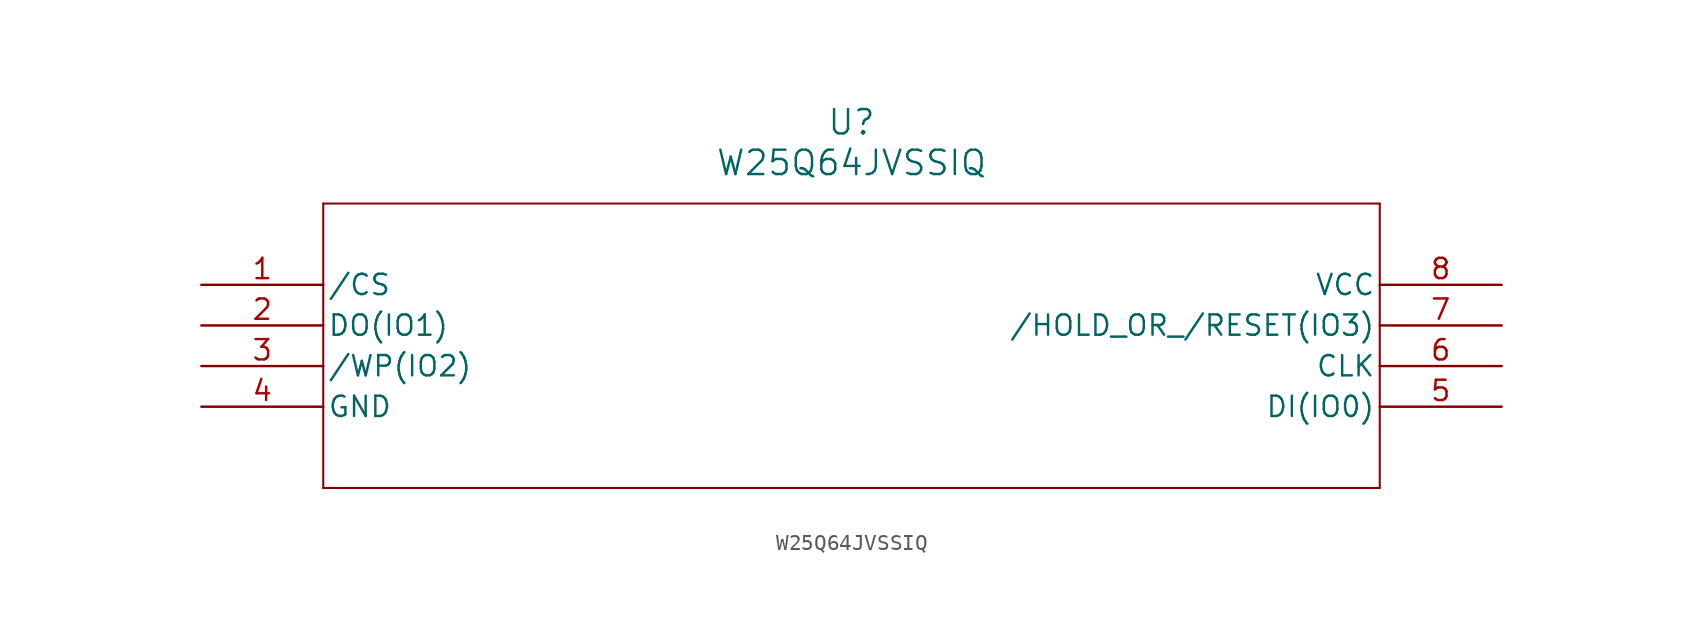
<source format=kicad_sym>
(kicad_symbol_lib
  (version 20220914)
  (generator kicad_symbol_editor)
  (symbol "W25Q64JVSSIQ"
    (pin_names
      (offset 0.254))
    (property "Reference" "U"
      (at 40.64 10.16 0)
      (effects (font (size 1.524 1.524))))
    (property "Value" "W25Q64JVSSIQ"
      (at 40.64 7.62 0)
      (effects (font (size 1.524 1.524))))
    (property "ki_locked" ""
      (at 0 0 0)
      (effects (font (size 1.27 1.27))))
    (symbol "W25Q64JVSSIQ_0_1"
      (polyline (pts (xy 7.62 -12.7) (xy 73.66 -12.7)) (stroke (width 0.127) (type default)) (fill (type none)))
      (polyline (pts (xy 7.62 5.08) (xy 7.62 -12.7)) (stroke (width 0.127) (type default)) (fill (type none)))
      (polyline (pts (xy 73.66 -12.7) (xy 73.66 5.08)) (stroke (width 0.127) (type default)) (fill (type none)))
      (polyline (pts (xy 73.66 5.08) (xy 7.62 5.08)) (stroke (width 0.127) (type default)) (fill (type none)))
      (pin unspecified line (at 0 0 0) (length 7.62) (name "/CS" (effects (font (size 1.27 1.27)))) (number "1" (effects (font (size 1.27 1.27)))))
      (pin unspecified line (at 0 -2.54 0) (length 7.62) (name "DO(IO1)" (effects (font (size 1.27 1.27)))) (number "2" (effects (font (size 1.27 1.27)))))
      (pin unspecified line (at 0 -5.08 0) (length 7.62) (name "/WP(IO2)" (effects (font (size 1.27 1.27)))) (number "3" (effects (font (size 1.27 1.27)))))
      (pin power_out line (at 0 -7.62 0) (length 7.62) (name "GND" (effects (font (size 1.27 1.27)))) (number "4" (effects (font (size 1.27 1.27)))))
      (pin unspecified line (at 81.28 -7.62 180) (length 7.62) (name "DI(IO0)" (effects (font (size 1.27 1.27)))) (number "5" (effects (font (size 1.27 1.27)))))
      (pin unspecified line (at 81.28 -5.08 180) (length 7.62) (name "CLK" (effects (font (size 1.27 1.27)))) (number "6" (effects (font (size 1.27 1.27)))))
      (pin unspecified line (at 81.28 -2.54 180) (length 7.62) (name "/HOLD_OR_/RESET(IO3)" (effects (font (size 1.27 1.27)))) (number "7" (effects (font (size 1.27 1.27)))))
      (pin power_in line (at 81.28 0 180) (length 7.62) (name "VCC" (effects (font (size 1.27 1.27)))) (number "8" (effects (font (size 1.27 1.27))))))))
</source>
